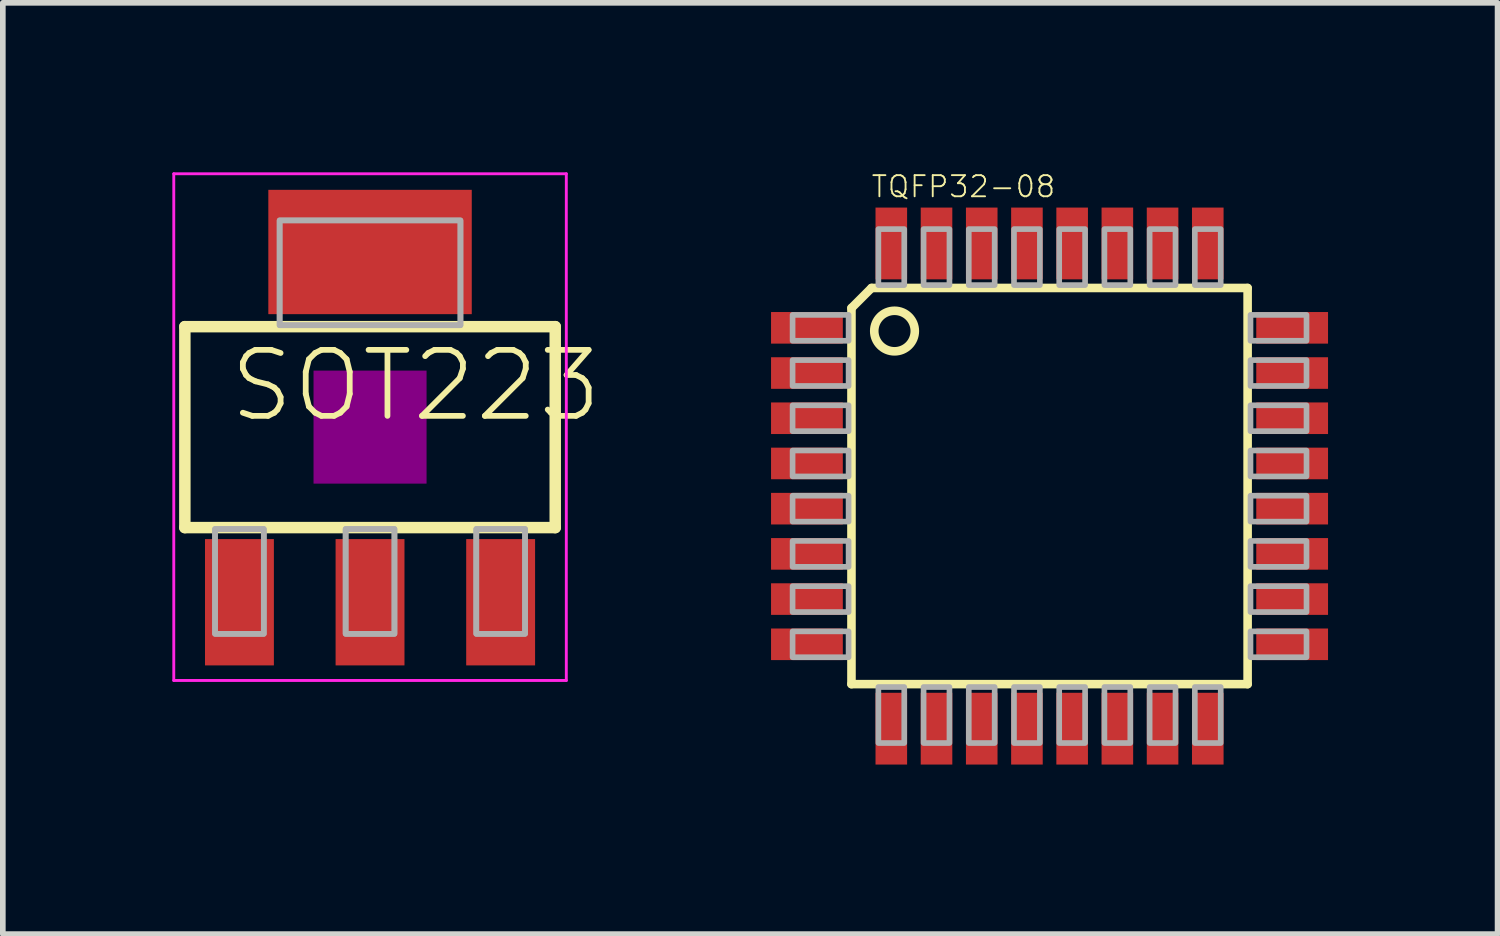
<source format=kicad_pcb>
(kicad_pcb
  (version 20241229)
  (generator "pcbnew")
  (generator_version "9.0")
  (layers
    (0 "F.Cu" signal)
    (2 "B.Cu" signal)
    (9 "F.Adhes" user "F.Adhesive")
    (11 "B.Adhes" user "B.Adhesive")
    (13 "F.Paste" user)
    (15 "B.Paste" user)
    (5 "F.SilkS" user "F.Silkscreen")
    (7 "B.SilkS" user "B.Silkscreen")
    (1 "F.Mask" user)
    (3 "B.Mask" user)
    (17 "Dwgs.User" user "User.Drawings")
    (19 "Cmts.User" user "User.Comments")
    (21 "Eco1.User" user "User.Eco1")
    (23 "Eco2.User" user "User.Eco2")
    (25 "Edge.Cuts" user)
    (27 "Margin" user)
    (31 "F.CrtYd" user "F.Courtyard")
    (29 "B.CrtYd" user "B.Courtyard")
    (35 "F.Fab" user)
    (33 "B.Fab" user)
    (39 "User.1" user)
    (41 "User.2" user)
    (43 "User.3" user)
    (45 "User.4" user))
  (footprint "SOT223"
    (layer "F.Cu")
    (at 3.498 4.508)
    (property "Reference" "SOT223" (at -2.54 -0.051 0) (layer "F.SilkS") (effects (font (size 1.168 1.168) (thickness 0.102)) (justify left bottom)))
    (fp_line (start -3.277 -1.778) (end 3.277 -1.778) (stroke (width 0.203) (type solid)) (layer "F.SilkS"))
    (fp_line (start -3.277 1.778) (end -3.277 -1.778) (stroke (width 0.203) (type solid)) (layer "F.SilkS"))
    (fp_line (start 3.277 -1.778) (end 3.277 1.778) (stroke (width 0.203) (type solid)) (layer "F.SilkS"))
    (fp_line (start 3.277 1.778) (end -3.277 1.778) (stroke (width 0.203) (type solid)) (layer "F.SilkS"))
    (fp_poly (pts (xy -1 1) (xy 1 1) (xy 1 -1) (xy -1 -1)) (stroke (width 0) (type default)) (fill yes) (layer "F.Adhes"))
    (fp_line (start -3.473 -4.483) (end 3.473 -4.483) (stroke (width 0.051) (type solid)) (layer "F.CrtYd"))
    (fp_line (start -3.473 4.483) (end -3.473 -4.483) (stroke (width 0.051) (type solid)) (layer "F.CrtYd"))
    (fp_line (start 3.473 -4.483) (end 3.473 4.483) (stroke (width 0.051) (type solid)) (layer "F.CrtYd"))
    (fp_line (start 3.473 4.483) (end -3.473 4.483) (stroke (width 0.051) (type solid)) (layer "F.CrtYd"))
    (fp_poly (pts (xy -2.743 3.658) (xy -1.88 3.658) (xy -1.88 1.803) (xy -2.743 1.803)) (stroke (width 0.1) (type default)) (fill no) (layer "F.Fab"))
    (fp_poly (pts (xy -2.743 3.658) (xy -1.88 3.658) (xy -1.88 1.803) (xy -2.743 1.803)) (stroke (width 0.1) (type default)) (fill no) (layer "F.Fab"))
    (fp_poly (pts (xy -1.6 -1.803) (xy 1.6 -1.803) (xy 1.6 -3.658) (xy -1.6 -3.658)) (stroke (width 0.1) (type default)) (fill no) (layer "F.Fab"))
    (fp_poly (pts (xy -1.6 -1.803) (xy 1.6 -1.803) (xy 1.6 -3.658) (xy -1.6 -3.658)) (stroke (width 0.1) (type default)) (fill no) (layer "F.Fab"))
    (fp_poly (pts (xy -0.432 3.658) (xy 0.432 3.658) (xy 0.432 1.803) (xy -0.432 1.803)) (stroke (width 0.1) (type default)) (fill no) (layer "F.Fab"))
    (fp_poly (pts (xy -0.432 3.658) (xy 0.432 3.658) (xy 0.432 1.803) (xy -0.432 1.803)) (stroke (width 0.1) (type default)) (fill no) (layer "F.Fab"))
    (fp_poly (pts (xy 1.88 3.658) (xy 2.743 3.658) (xy 2.743 1.803) (xy 1.88 1.803)) (stroke (width 0.1) (type default)) (fill no) (layer "F.Fab"))
    (fp_poly (pts (xy 1.88 3.658) (xy 2.743 3.658) (xy 2.743 1.803) (xy 1.88 1.803)) (stroke (width 0.1) (type default)) (fill no) (layer "F.Fab"))
    (pad "1" smd rect (at -2.311 3.099) (size 1.219 2.235) (layers "F.Cu" "F.Mask" "F.Paste"))
    (pad "2" smd rect (at 0 3.099) (size 1.219 2.235) (layers "F.Cu" "F.Mask" "F.Paste"))
    (pad "3" smd rect (at 2.311 3.099) (size 1.219 2.235) (layers "F.Cu" "F.Mask" "F.Paste"))
    (pad "4" smd rect (at 0 -3.099) (size 3.6 2.2) (layers "F.Cu" "F.Mask" "F.Paste")))
  (footprint "TQFP32-08"
    (layer "F.Cu")
    (at 15.522 5.551)
    (property "Reference" "TQFP32-08" (at -3.175 -5.08 0) (layer "F.SilkS") (effects (font (size 0.374 0.374) (thickness 0.033)) (justify left bottom)))
    (fp_line (start -3.505 3.505) (end -3.505 -3.15) (stroke (width 0.152) (type solid)) (layer "F.SilkS"))
    (fp_line (start -3.15 -3.505) (end -3.505 -3.15) (stroke (width 0.152) (type solid)) (layer "F.SilkS"))
    (fp_line (start -3.15 -3.505) (end 3.505 -3.505) (stroke (width 0.152) (type solid)) (layer "F.SilkS"))
    (fp_line (start 3.505 -3.505) (end 3.505 3.505) (stroke (width 0.152) (type solid)) (layer "F.SilkS"))
    (fp_line (start 3.505 3.505) (end -3.505 3.505) (stroke (width 0.152) (type solid)) (layer "F.SilkS"))
    (fp_circle (center -2.743 -2.743) (end -2.384 -2.743) (stroke (width 0.152) (type solid)) (fill no) (layer "F.SilkS"))
    (fp_poly (pts (xy -4.547 -2.571) (xy -3.556 -2.571) (xy -3.556 -3.029) (xy -4.547 -3.029)) (stroke (width 0.1) (type default)) (fill no) (layer "F.Fab"))
    (fp_poly (pts (xy -4.547 -1.771) (xy -3.556 -1.771) (xy -3.556 -2.229) (xy -4.547 -2.229)) (stroke (width 0.1) (type default)) (fill no) (layer "F.Fab"))
    (fp_poly (pts (xy -4.547 -0.971) (xy -3.556 -0.971) (xy -3.556 -1.429) (xy -4.547 -1.429)) (stroke (width 0.1) (type default)) (fill no) (layer "F.Fab"))
    (fp_poly (pts (xy -4.547 -0.171) (xy -3.556 -0.171) (xy -3.556 -0.629) (xy -4.547 -0.629)) (stroke (width 0.1) (type default)) (fill no) (layer "F.Fab"))
    (fp_poly (pts (xy -4.547 0.629) (xy -3.556 0.629) (xy -3.556 0.171) (xy -4.547 0.171)) (stroke (width 0.1) (type default)) (fill no) (layer "F.Fab"))
    (fp_poly (pts (xy -4.547 1.429) (xy -3.556 1.429) (xy -3.556 0.971) (xy -4.547 0.971)) (stroke (width 0.1) (type default)) (fill no) (layer "F.Fab"))
    (fp_poly (pts (xy -4.547 2.229) (xy -3.556 2.229) (xy -3.556 1.771) (xy -4.547 1.771)) (stroke (width 0.1) (type default)) (fill no) (layer "F.Fab"))
    (fp_poly (pts (xy -4.547 3.029) (xy -3.556 3.029) (xy -3.556 2.571) (xy -4.547 2.571)) (stroke (width 0.1) (type default)) (fill no) (layer "F.Fab"))
    (fp_poly (pts (xy -3.029 -3.556) (xy -2.571 -3.556) (xy -2.571 -4.547) (xy -3.029 -4.547)) (stroke (width 0.1) (type default)) (fill no) (layer "F.Fab"))
    (fp_poly (pts (xy -3.029 4.547) (xy -2.571 4.547) (xy -2.571 3.556) (xy -3.029 3.556)) (stroke (width 0.1) (type default)) (fill no) (layer "F.Fab"))
    (fp_poly (pts (xy -2.229 -3.556) (xy -1.771 -3.556) (xy -1.771 -4.547) (xy -2.229 -4.547)) (stroke (width 0.1) (type default)) (fill no) (layer "F.Fab"))
    (fp_poly (pts (xy -2.229 4.547) (xy -1.771 4.547) (xy -1.771 3.556) (xy -2.229 3.556)) (stroke (width 0.1) (type default)) (fill no) (layer "F.Fab"))
    (fp_poly (pts (xy -1.429 -3.556) (xy -0.971 -3.556) (xy -0.971 -4.547) (xy -1.429 -4.547)) (stroke (width 0.1) (type default)) (fill no) (layer "F.Fab"))
    (fp_poly (pts (xy -1.429 4.547) (xy -0.971 4.547) (xy -0.971 3.556) (xy -1.429 3.556)) (stroke (width 0.1) (type default)) (fill no) (layer "F.Fab"))
    (fp_poly (pts (xy -0.629 -3.556) (xy -0.171 -3.556) (xy -0.171 -4.547) (xy -0.629 -4.547)) (stroke (width 0.1) (type default)) (fill no) (layer "F.Fab"))
    (fp_poly (pts (xy -0.629 4.547) (xy -0.171 4.547) (xy -0.171 3.556) (xy -0.629 3.556)) (stroke (width 0.1) (type default)) (fill no) (layer "F.Fab"))
    (fp_poly (pts (xy 0.171 -3.556) (xy 0.629 -3.556) (xy 0.629 -4.547) (xy 0.171 -4.547)) (stroke (width 0.1) (type default)) (fill no) (layer "F.Fab"))
    (fp_poly (pts (xy 0.171 4.547) (xy 0.629 4.547) (xy 0.629 3.556) (xy 0.171 3.556)) (stroke (width 0.1) (type default)) (fill no) (layer "F.Fab"))
    (fp_poly (pts (xy 0.971 -3.556) (xy 1.429 -3.556) (xy 1.429 -4.547) (xy 0.971 -4.547)) (stroke (width 0.1) (type default)) (fill no) (layer "F.Fab"))
    (fp_poly (pts (xy 0.971 4.547) (xy 1.429 4.547) (xy 1.429 3.556) (xy 0.971 3.556)) (stroke (width 0.1) (type default)) (fill no) (layer "F.Fab"))
    (fp_poly (pts (xy 1.771 -3.556) (xy 2.229 -3.556) (xy 2.229 -4.547) (xy 1.771 -4.547)) (stroke (width 0.1) (type default)) (fill no) (layer "F.Fab"))
    (fp_poly (pts (xy 1.771 4.547) (xy 2.229 4.547) (xy 2.229 3.556) (xy 1.771 3.556)) (stroke (width 0.1) (type default)) (fill no) (layer "F.Fab"))
    (fp_poly (pts (xy 2.571 -3.556) (xy 3.029 -3.556) (xy 3.029 -4.547) (xy 2.571 -4.547)) (stroke (width 0.1) (type default)) (fill no) (layer "F.Fab"))
    (fp_poly (pts (xy 2.571 4.547) (xy 3.029 4.547) (xy 3.029 3.556) (xy 2.571 3.556)) (stroke (width 0.1) (type default)) (fill no) (layer "F.Fab"))
    (fp_poly (pts (xy 3.556 -2.571) (xy 4.547 -2.571) (xy 4.547 -3.029) (xy 3.556 -3.029)) (stroke (width 0.1) (type default)) (fill no) (layer "F.Fab"))
    (fp_poly (pts (xy 3.556 -1.771) (xy 4.547 -1.771) (xy 4.547 -2.229) (xy 3.556 -2.229)) (stroke (width 0.1) (type default)) (fill no) (layer "F.Fab"))
    (fp_poly (pts (xy 3.556 -0.971) (xy 4.547 -0.971) (xy 4.547 -1.429) (xy 3.556 -1.429)) (stroke (width 0.1) (type default)) (fill no) (layer "F.Fab"))
    (fp_poly (pts (xy 3.556 -0.171) (xy 4.547 -0.171) (xy 4.547 -0.629) (xy 3.556 -0.629)) (stroke (width 0.1) (type default)) (fill no) (layer "F.Fab"))
    (fp_poly (pts (xy 3.556 0.629) (xy 4.547 0.629) (xy 4.547 0.171) (xy 3.556 0.171)) (stroke (width 0.1) (type default)) (fill no) (layer "F.Fab"))
    (fp_poly (pts (xy 3.556 1.429) (xy 4.547 1.429) (xy 4.547 0.971) (xy 3.556 0.971)) (stroke (width 0.1) (type default)) (fill no) (layer "F.Fab"))
    (fp_poly (pts (xy 3.556 2.229) (xy 4.547 2.229) (xy 4.547 1.771) (xy 3.556 1.771)) (stroke (width 0.1) (type default)) (fill no) (layer "F.Fab"))
    (fp_poly (pts (xy 3.556 3.029) (xy 4.547 3.029) (xy 4.547 2.571) (xy 3.556 2.571)) (stroke (width 0.1) (type default)) (fill no) (layer "F.Fab"))
    (pad "1" smd rect (at -4.293 -2.8) (size 1.27 0.559) (layers "F.Cu" "F.Mask" "F.Paste"))
    (pad "2" smd rect (at -4.293 -2) (size 1.27 0.559) (layers "F.Cu" "F.Mask" "F.Paste"))
    (pad "3" smd rect (at -4.293 -1.2) (size 1.27 0.559) (layers "F.Cu" "F.Mask" "F.Paste"))
    (pad "4" smd rect (at -4.293 -0.4) (size 1.27 0.559) (layers "F.Cu" "F.Mask" "F.Paste"))
    (pad "5" smd rect (at -4.293 0.4) (size 1.27 0.559) (layers "F.Cu" "F.Mask" "F.Paste"))
    (pad "6" smd rect (at -4.293 1.2) (size 1.27 0.559) (layers "F.Cu" "F.Mask" "F.Paste"))
    (pad "7" smd rect (at -4.293 2) (size 1.27 0.559) (layers "F.Cu" "F.Mask" "F.Paste"))
    (pad "8" smd rect (at -4.293 2.8) (size 1.27 0.559) (layers "F.Cu" "F.Mask" "F.Paste"))
    (pad "9" smd rect (at -2.8 4.293) (size 0.559 1.27) (layers "F.Cu" "F.Mask" "F.Paste"))
    (pad "10" smd rect (at -2 4.293) (size 0.559 1.27) (layers "F.Cu" "F.Mask" "F.Paste"))
    (pad "11" smd rect (at -1.2 4.293) (size 0.559 1.27) (layers "F.Cu" "F.Mask" "F.Paste"))
    (pad "12" smd rect (at -0.4 4.293) (size 0.559 1.27) (layers "F.Cu" "F.Mask" "F.Paste"))
    (pad "13" smd rect (at 0.4 4.293) (size 0.559 1.27) (layers "F.Cu" "F.Mask" "F.Paste"))
    (pad "14" smd rect (at 1.2 4.293) (size 0.559 1.27) (layers "F.Cu" "F.Mask" "F.Paste"))
    (pad "15" smd rect (at 2 4.293) (size 0.559 1.27) (layers "F.Cu" "F.Mask" "F.Paste"))
    (pad "16" smd rect (at 2.8 4.293) (size 0.559 1.27) (layers "F.Cu" "F.Mask" "F.Paste"))
    (pad "17" smd rect (at 4.293 2.8) (size 1.27 0.559) (layers "F.Cu" "F.Mask" "F.Paste"))
    (pad "18" smd rect (at 4.293 2) (size 1.27 0.559) (layers "F.Cu" "F.Mask" "F.Paste"))
    (pad "19" smd rect (at 4.293 1.2) (size 1.27 0.559) (layers "F.Cu" "F.Mask" "F.Paste"))
    (pad "20" smd rect (at 4.293 0.4) (size 1.27 0.559) (layers "F.Cu" "F.Mask" "F.Paste"))
    (pad "21" smd rect (at 4.293 -0.4) (size 1.27 0.559) (layers "F.Cu" "F.Mask" "F.Paste"))
    (pad "22" smd rect (at 4.293 -1.2) (size 1.27 0.559) (layers "F.Cu" "F.Mask" "F.Paste"))
    (pad "23" smd rect (at 4.293 -2) (size 1.27 0.559) (layers "F.Cu" "F.Mask" "F.Paste"))
    (pad "24" smd rect (at 4.293 -2.8) (size 1.27 0.559) (layers "F.Cu" "F.Mask" "F.Paste"))
    (pad "25" smd rect (at 2.8 -4.293) (size 0.559 1.27) (layers "F.Cu" "F.Mask" "F.Paste"))
    (pad "26" smd rect (at 2 -4.293) (size 0.559 1.27) (layers "F.Cu" "F.Mask" "F.Paste"))
    (pad "27" smd rect (at 1.2 -4.293) (size 0.559 1.27) (layers "F.Cu" "F.Mask" "F.Paste"))
    (pad "28" smd rect (at 0.4 -4.293) (size 0.559 1.27) (layers "F.Cu" "F.Mask" "F.Paste"))
    (pad "29" smd rect (at -0.4 -4.293) (size 0.559 1.27) (layers "F.Cu" "F.Mask" "F.Paste"))
    (pad "30" smd rect (at -1.2 -4.293) (size 0.559 1.27) (layers "F.Cu" "F.Mask" "F.Paste"))
    (pad "31" smd rect (at -2 -4.293) (size 0.559 1.27) (layers "F.Cu" "F.Mask" "F.Paste"))
    (pad "32" smd rect (at -2.8 -4.293) (size 0.559 1.27) (layers "F.Cu" "F.Mask" "F.Paste")))
  (gr_rect
    (start -3 -3)
    (end 23.45 13.479)
    (stroke (width 0.1) (type default))
    (fill no)
    (layer "Edge.Cuts")))
</source>
